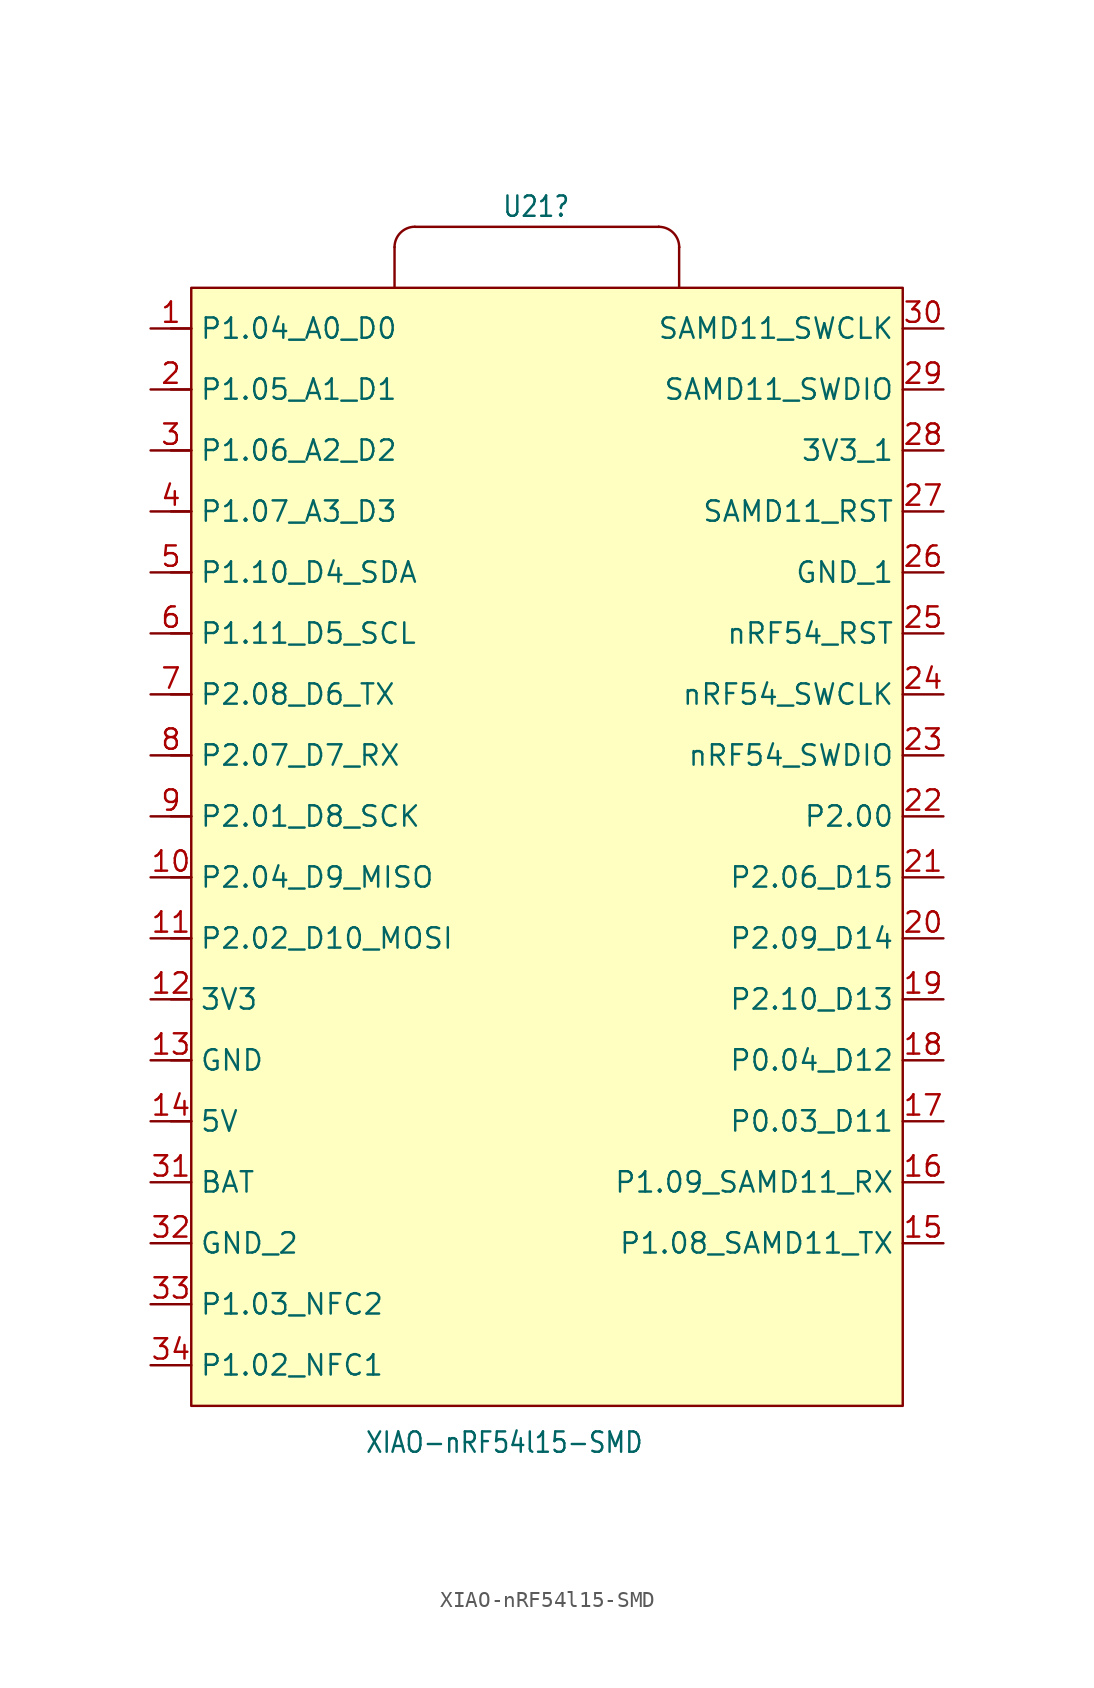
<source format=kicad_sym>
(kicad_symbol_lib
  (version 20241209)
  (generator "kicad_symbol_editor")
  (generator_version "9.0")
  (symbol "XIAO-nRF54l15-SMD"
    (property "Reference" "U21"
      (at -0.038 38.1 0)
      (effects (font (size 1.27 1.079))))
    (property "Value" "XIAO-nRF54l15-SMD"
      (at -2.032 -39.116 0)
      (effects (font (size 1.27 1.079))))
    (symbol "XIAO-nRF54l15-SMD_0_1"
      (rectangle (start -21.59 33.02) (end 22.86 -36.83) (stroke (width 0) (type default)) (fill (type background))))
    (symbol "XIAO-nRF54l15-SMD_1_0"
      (polyline (pts (xy -22.86 3.81) (xy -21.59 3.81)) (stroke (width 0.152) (type solid)) (fill (type none)))
      (polyline (pts (xy -22.86 0) (xy -21.59 0)) (stroke (width 0.152) (type solid)) (fill (type none)))
      (polyline (pts (xy -22.86 -3.81) (xy -21.59 -3.81)) (stroke (width 0.152) (type solid)) (fill (type none)))
      (polyline (pts (xy -22.86 -7.62) (xy -21.59 -7.62)) (stroke (width 0.152) (type solid)) (fill (type none)))
      (polyline (pts (xy -22.86 -11.43) (xy -21.59 -11.43)) (stroke (width 0.152) (type solid)) (fill (type none)))
      (polyline (pts (xy -22.86 -15.24) (xy -21.59 -15.24)) (stroke (width 0.152) (type solid)) (fill (type none)))
      (polyline (pts (xy -22.86 -19.05) (xy -21.59 -19.05)) (stroke (width 0.152) (type solid)) (fill (type none)))
      (polyline (pts (xy -21.59 30.48) (xy -22.86 30.48)) (stroke (width 0.152) (type solid)) (fill (type none)))
      (polyline (pts (xy -21.59 26.67) (xy -22.86 26.67)) (stroke (width 0.152) (type solid)) (fill (type none)))
      (polyline (pts (xy -21.59 22.86) (xy -22.86 22.86)) (stroke (width 0.152) (type solid)) (fill (type none)))
      (polyline (pts (xy -21.59 19.05) (xy -22.86 19.05)) (stroke (width 0.152) (type solid)) (fill (type none)))
      (polyline (pts (xy -21.59 15.24) (xy -22.86 15.24)) (stroke (width 0.152) (type solid)) (fill (type none)))
      (polyline (pts (xy -21.59 11.43) (xy -22.86 11.43)) (stroke (width 0.152) (type solid)) (fill (type none)))
      (polyline (pts (xy -21.59 7.62) (xy -22.86 7.62)) (stroke (width 0.152) (type solid)) (fill (type none)))
      (pin passive line (at -24.13 30.48 0) (length 2.54) (name "P1.04_A0_D0" (effects (font (size 1.27 1.27)))) (number "1" (effects (font (size 1.27 1.27)))))
      (pin passive line (at -24.13 26.67 0) (length 2.54) (name "P1.05_A1_D1" (effects (font (size 1.27 1.27)))) (number "2" (effects (font (size 1.27 1.27)))))
      (pin passive line (at -24.13 22.86 0) (length 2.54) (name "P1.06_A2_D2" (effects (font (size 1.27 1.27)))) (number "3" (effects (font (size 1.27 1.27)))))
      (pin passive line (at -24.13 19.05 0) (length 2.54) (name "P1.07_A3_D3" (effects (font (size 1.27 1.27)))) (number "4" (effects (font (size 1.27 1.27)))))
      (pin passive line (at -24.13 15.24 0) (length 2.54) (name "P1.10_D4_SDA" (effects (font (size 1.27 1.27)))) (number "5" (effects (font (size 1.27 1.27)))))
      (pin passive line (at -24.13 11.43 0) (length 2.54) (name "P1.11_D5_SCL" (effects (font (size 1.27 1.27)))) (number "6" (effects (font (size 1.27 1.27)))))
      (pin passive line (at -24.13 7.62 0) (length 2.54) (name "P2.08_D6_TX" (effects (font (size 1.27 1.27)))) (number "7" (effects (font (size 1.27 1.27)))))
      (pin passive line (at -24.13 3.81 0) (length 2.54) (name "P2.07_D7_RX" (effects (font (size 1.27 1.27)))) (number "8" (effects (font (size 1.27 1.27)))))
      (pin passive line (at -24.13 0 0) (length 2.54) (name "P2.01_D8_SCK" (effects (font (size 1.27 1.27)))) (number "9" (effects (font (size 1.27 1.27)))))
      (pin passive line (at -24.13 -3.81 0) (length 2.54) (name "P2.04_D9_MISO" (effects (font (size 1.27 1.27)))) (number "10" (effects (font (size 1.27 1.27)))))
      (pin passive line (at -24.13 -7.62 0) (length 2.54) (name "P2.02_D10_MOSI" (effects (font (size 1.27 1.27)))) (number "11" (effects (font (size 1.27 1.27)))))
      (pin passive line (at -24.13 -11.43 0) (length 2.54) (name "3V3" (effects (font (size 1.27 1.27)))) (number "12" (effects (font (size 1.27 1.27)))))
      (pin passive line (at -24.13 -15.24 0) (length 2.54) (name "GND" (effects (font (size 1.27 1.27)))) (number "13" (effects (font (size 1.27 1.27)))))
      (pin passive line (at -24.13 -19.05 0) (length 2.54) (name "5V" (effects (font (size 1.27 1.27)))) (number "14" (effects (font (size 1.27 1.27))))))
    (symbol "XIAO-nRF54l15-SMD_1_1"
      (polyline (pts (xy -8.89 35.56) (xy -8.89 33.02)) (stroke (width 0) (type default)) (fill (type none)))
      (polyline (pts (xy -7.62 36.83) (xy 7.62 36.83)) (stroke (width 0) (type default)) (fill (type none)))
      (arc (start -8.89 35.56) (mid -8.518 36.458) (end -7.62 36.83) (stroke (width 0) (type default)) (fill (type none)))
      (arc (start 7.62 36.83) (mid 7.62 36.83) (end 7.62 36.83) (stroke (width 0) (type default)) (fill (type none)))
      (arc (start 7.62 36.83) (mid 8.518 36.458) (end 8.89 35.56) (stroke (width 0) (type default)) (fill (type none)))
      (polyline (pts (xy 8.89 35.56) (xy 8.89 33.02)) (stroke (width 0) (type default)) (fill (type none)))
      (arc (start 8.89 35.56) (mid 8.89 35.56) (end 8.89 35.56) (stroke (width 0) (type default)) (fill (type none)))
      (pin passive line (at -24.13 -22.86 0) (length 2.54) (name "BAT" (effects (font (size 1.27 1.27)))) (number "31" (effects (font (size 1.27 1.27)))))
      (pin passive line (at -24.13 -26.67 0) (length 2.54) (name "GND_2" (effects (font (size 1.27 1.27)))) (number "32" (effects (font (size 1.27 1.27)))))
      (pin passive line (at -24.13 -30.48 0) (length 2.54) (name "P1.03_NFC2" (effects (font (size 1.27 1.27)))) (number "33" (effects (font (size 1.27 1.27)))))
      (pin passive line (at -24.13 -34.29 0) (length 2.54) (name "P1.02_NFC1" (effects (font (size 1.27 1.27)))) (number "34" (effects (font (size 1.27 1.27)))))
      (pin passive line (at 25.4 30.48 180) (length 2.54) (name "SAMD11_SWCLK" (effects (font (size 1.27 1.27)))) (number "30" (effects (font (size 1.27 1.27)))))
      (pin passive line (at 25.4 26.67 180) (length 2.54) (name "SAMD11_SWDIO" (effects (font (size 1.27 1.27)))) (number "29" (effects (font (size 1.27 1.27)))))
      (pin passive line (at 25.4 22.86 180) (length 2.54) (name "3V3_1" (effects (font (size 1.27 1.27)))) (number "28" (effects (font (size 1.27 1.27)))))
      (pin passive line (at 25.4 19.05 180) (length 2.54) (name "SAMD11_RST" (effects (font (size 1.27 1.27)))) (number "27" (effects (font (size 1.27 1.27)))))
      (pin passive line (at 25.4 15.24 180) (length 2.54) (name "GND_1" (effects (font (size 1.27 1.27)))) (number "26" (effects (font (size 1.27 1.27)))))
      (pin passive line (at 25.4 11.43 180) (length 2.54) (name "nRF54_RST" (effects (font (size 1.27 1.27)))) (number "25" (effects (font (size 1.27 1.27)))))
      (pin passive line (at 25.4 7.62 180) (length 2.54) (name "nRF54_SWCLK" (effects (font (size 1.27 1.27)))) (number "24" (effects (font (size 1.27 1.27)))))
      (pin passive line (at 25.4 3.81 180) (length 2.54) (name "nRF54_SWDIO" (effects (font (size 1.27 1.27)))) (number "23" (effects (font (size 1.27 1.27)))))
      (pin passive line (at 25.4 0 180) (length 2.54) (name "P2.00" (effects (font (size 1.27 1.27)))) (number "22" (effects (font (size 1.27 1.27)))))
      (pin passive line (at 25.4 -3.81 180) (length 2.54) (name "P2.06_D15" (effects (font (size 1.27 1.27)))) (number "21" (effects (font (size 1.27 1.27)))))
      (pin passive line (at 25.4 -7.62 180) (length 2.54) (name "P2.09_D14" (effects (font (size 1.27 1.27)))) (number "20" (effects (font (size 1.27 1.27)))))
      (pin passive line (at 25.4 -11.43 180) (length 2.54) (name "P2.10_D13" (effects (font (size 1.27 1.27)))) (number "19" (effects (font (size 1.27 1.27)))))
      (pin passive line (at 25.4 -15.24 180) (length 2.54) (name "P0.04_D12" (effects (font (size 1.27 1.27)))) (number "18" (effects (font (size 1.27 1.27)))))
      (pin passive line (at 25.4 -19.05 180) (length 2.54) (name "P0.03_D11" (effects (font (size 1.27 1.27)))) (number "17" (effects (font (size 1.27 1.27)))))
      (pin passive line (at 25.4 -22.86 180) (length 2.54) (name "P1.09_SAMD11_RX" (effects (font (size 1.27 1.27)))) (number "16" (effects (font (size 1.27 1.27)))))
      (pin passive line (at 25.4 -26.67 180) (length 2.54) (name "P1.08_SAMD11_TX" (effects (font (size 1.27 1.27)))) (number "15" (effects (font (size 1.27 1.27))))))))
</source>
